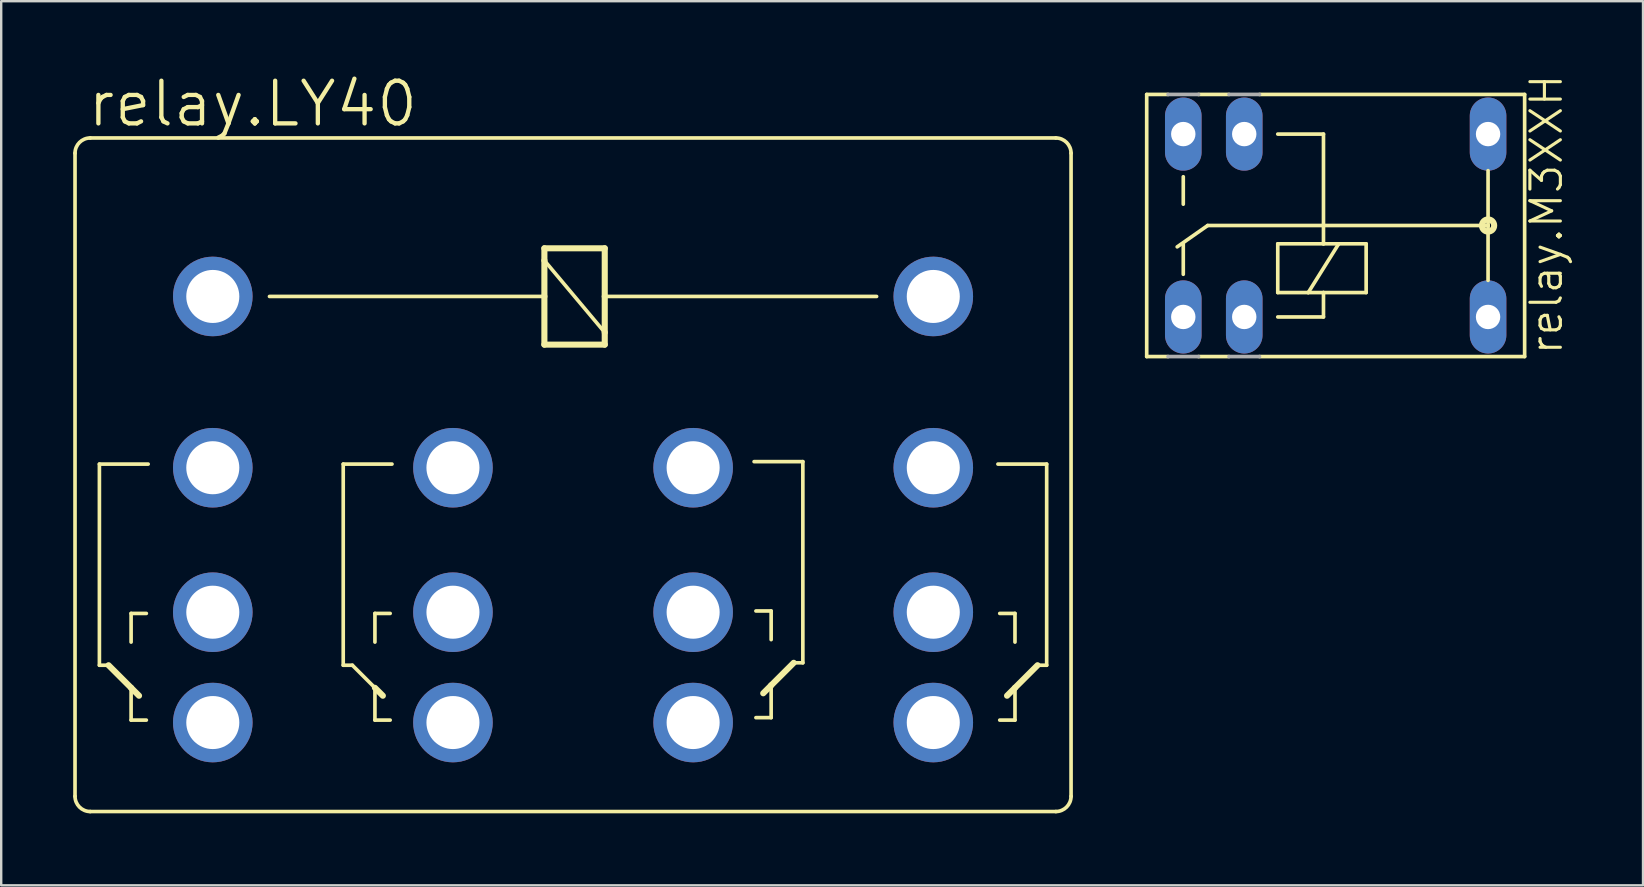
<source format=kicad_pcb>
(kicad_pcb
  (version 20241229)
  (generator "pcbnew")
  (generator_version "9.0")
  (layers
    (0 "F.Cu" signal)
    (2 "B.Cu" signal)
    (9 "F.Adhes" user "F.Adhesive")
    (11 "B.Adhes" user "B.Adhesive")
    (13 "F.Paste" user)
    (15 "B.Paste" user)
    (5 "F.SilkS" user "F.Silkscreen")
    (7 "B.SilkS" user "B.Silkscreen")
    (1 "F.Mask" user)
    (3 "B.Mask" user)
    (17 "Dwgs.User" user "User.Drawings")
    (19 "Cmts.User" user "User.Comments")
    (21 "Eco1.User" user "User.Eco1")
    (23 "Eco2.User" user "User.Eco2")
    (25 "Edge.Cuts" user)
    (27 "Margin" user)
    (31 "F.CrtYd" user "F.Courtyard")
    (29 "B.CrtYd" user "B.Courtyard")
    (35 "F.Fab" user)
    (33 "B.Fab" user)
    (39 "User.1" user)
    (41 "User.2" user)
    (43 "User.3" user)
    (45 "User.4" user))
  (footprint "relay.M3XXH"
    (layer "F.Cu")
    (at 52.606 6.347)
    (property "Reference" "relay.M3XXH" (at 9.525 5.461 90) (layer "F.SilkS") (effects (font (size 1.27 1.27) (thickness 0.13)) (justify left bottom)))
    (attr through_hole)
    (fp_line (start -7.874 -5.461) (end -7.874 5.461) (stroke (width 0.152) (type default)) (layer "F.SilkS"))
    (fp_line (start -7.874 -5.461) (end -6.985 -5.461) (stroke (width 0.152) (type default)) (layer "F.SilkS"))
    (fp_line (start -6.985 5.461) (end -7.874 5.461) (stroke (width 0.152) (type default)) (layer "F.SilkS"))
    (fp_line (start -6.35 -2.032) (end -6.35 -0.889) (stroke (width 0.152) (type default)) (layer "F.SilkS"))
    (fp_line (start -6.35 2.032) (end -6.35 0.762) (stroke (width 0.152) (type default)) (layer "F.SilkS"))
    (fp_line (start -5.715 -5.461) (end -4.445 -5.461) (stroke (width 0.152) (type default)) (layer "F.SilkS"))
    (fp_line (start -5.334 0) (end -6.604 0.889) (stroke (width 0.152) (type default)) (layer "F.SilkS"))
    (fp_line (start -5.334 0) (end 6.35 0) (stroke (width 0.152) (type default)) (layer "F.SilkS"))
    (fp_line (start -4.445 5.461) (end -5.715 5.461) (stroke (width 0.152) (type default)) (layer "F.SilkS"))
    (fp_line (start -3.175 -5.461) (end 7.874 -5.461) (stroke (width 0.152) (type default)) (layer "F.SilkS"))
    (fp_line (start -2.413 -3.81) (end -0.508 -3.81) (stroke (width 0.152) (type default)) (layer "F.SilkS"))
    (fp_line (start -2.413 0.762) (end -2.413 2.794) (stroke (width 0.152) (type default)) (layer "F.SilkS"))
    (fp_line (start -2.413 2.794) (end -1.143 2.794) (stroke (width 0.152) (type default)) (layer "F.SilkS"))
    (fp_line (start -1.143 2.794) (end -0.508 2.794) (stroke (width 0.152) (type default)) (layer "F.SilkS"))
    (fp_line (start -0.508 0.762) (end -2.413 0.762) (stroke (width 0.152) (type default)) (layer "F.SilkS"))
    (fp_line (start -0.508 0.762) (end -0.508 -3.81) (stroke (width 0.152) (type default)) (layer "F.SilkS"))
    (fp_line (start -0.508 2.794) (end -0.508 3.81) (stroke (width 0.152) (type default)) (layer "F.SilkS"))
    (fp_line (start -0.508 2.794) (end 1.27 2.794) (stroke (width 0.152) (type default)) (layer "F.SilkS"))
    (fp_line (start -0.508 3.81) (end -2.413 3.81) (stroke (width 0.152) (type default)) (layer "F.SilkS"))
    (fp_line (start 0.127 0.762) (end -1.143 2.794) (stroke (width 0.152) (type default)) (layer "F.SilkS"))
    (fp_line (start 0.127 0.762) (end -0.508 0.762) (stroke (width 0.152) (type default)) (layer "F.SilkS"))
    (fp_line (start 1.27 0.762) (end 0.127 0.762) (stroke (width 0.152) (type default)) (layer "F.SilkS"))
    (fp_line (start 1.27 2.794) (end 1.27 0.762) (stroke (width 0.152) (type default)) (layer "F.SilkS"))
    (fp_line (start 6.35 0) (end 6.35 -2.286) (stroke (width 0.152) (type default)) (layer "F.SilkS"))
    (fp_line (start 6.35 2.286) (end 6.35 0) (stroke (width 0.152) (type default)) (layer "F.SilkS"))
    (fp_line (start 7.874 5.461) (end -3.175 5.461) (stroke (width 0.152) (type default)) (layer "F.SilkS"))
    (fp_line (start 7.874 5.461) (end 7.874 -5.461) (stroke (width 0.152) (type default)) (layer "F.SilkS"))
    (fp_circle (center 6.35 0) (end 6.604 0) (stroke (width 0.254) (type default)) (fill no) (layer "F.SilkS"))
    (fp_line (start -6.985 -5.461) (end -5.715 -5.461) (stroke (width 0.152) (type default)) (layer "F.Fab"))
    (fp_line (start -5.715 5.461) (end -6.985 5.461) (stroke (width 0.152) (type default)) (layer "F.Fab"))
    (fp_line (start -4.445 -5.461) (end -3.175 -5.461) (stroke (width 0.152) (type default)) (layer "F.Fab"))
    (fp_line (start -3.175 5.461) (end -4.445 5.461) (stroke (width 0.152) (type default)) (layer "F.Fab"))
    (pad "1" thru_hole oval (at -3.81 -3.81 90) (size 3.048 1.524) (drill 1.016) (layers "*.Cu" "*.Mask"))
    (pad "2" thru_hole oval (at -3.81 3.81 90) (size 3.048 1.524) (drill 1.016) (layers "*.Cu" "*.Mask"))
    (pad "O" thru_hole oval (at -6.35 3.81 90) (size 3.048 1.524) (drill 1.016) (layers "*.Cu" "*.Mask"))
    (pad "P" thru_hole oval (at 6.35 3.81 90) (size 3.048 1.524) (drill 1.016) (layers "*.Cu" "*.Mask"))
    (pad "P@" thru_hole oval (at 6.35 -3.81 90) (size 3.048 1.524) (drill 1.016) (layers "*.Cu" "*.Mask"))
    (pad "S" thru_hole oval (at -6.35 -3.81 90) (size 3.048 1.524) (drill 1.016) (layers "*.Cu" "*.Mask")))
  (footprint "relay.LY40"
    (layer "F.Cu")
    (at 20.828 9.303)
    (property "Reference" "relay.LY40" (at -20.32 -6.985 0) (layer "F.SilkS") (effects (font (size 1.778 1.778) (thickness 0.18)) (justify left bottom)))
    (attr through_hole)
    (fp_line (start -20.752 20.828) (end -20.752 -5.969) (stroke (width 0.152) (type default)) (layer "F.SilkS"))
    (fp_line (start -20.117 -6.604) (end 20.117 -6.604) (stroke (width 0.152) (type default)) (layer "F.SilkS"))
    (fp_line (start -19.736 6.985) (end -17.704 6.985) (stroke (width 0.152) (type default)) (layer "F.SilkS"))
    (fp_line (start -19.736 15.367) (end -19.736 6.985) (stroke (width 0.152) (type default)) (layer "F.SilkS"))
    (fp_line (start -19.736 15.367) (end -19.355 15.367) (stroke (width 0.152) (type default)) (layer "F.SilkS"))
    (fp_line (start -18.415 13.208) (end -17.78 13.208) (stroke (width 0.152) (type default)) (layer "F.SilkS"))
    (fp_line (start -18.415 14.402) (end -18.415 13.208) (stroke (width 0.152) (type default)) (layer "F.SilkS"))
    (fp_line (start -18.415 16.307) (end -19.355 15.367) (stroke (width 0.254) (type default)) (layer "F.SilkS"))
    (fp_line (start -18.415 16.307) (end -18.415 17.653) (stroke (width 0.152) (type default)) (layer "F.SilkS"))
    (fp_line (start -18.415 17.653) (end -17.78 17.653) (stroke (width 0.152) (type default)) (layer "F.SilkS"))
    (fp_line (start -18.085 16.637) (end -18.415 16.307) (stroke (width 0.254) (type default)) (layer "F.SilkS"))
    (fp_line (start -12.649 0) (end -1.194 0) (stroke (width 0.152) (type default)) (layer "F.SilkS"))
    (fp_line (start -9.576 6.985) (end -7.544 6.985) (stroke (width 0.152) (type default)) (layer "F.SilkS"))
    (fp_line (start -9.576 15.367) (end -9.576 6.985) (stroke (width 0.152) (type default)) (layer "F.SilkS"))
    (fp_line (start -9.576 15.367) (end -9.195 15.367) (stroke (width 0.152) (type default)) (layer "F.SilkS"))
    (fp_line (start -8.255 13.208) (end -7.62 13.208) (stroke (width 0.152) (type default)) (layer "F.SilkS"))
    (fp_line (start -8.255 14.402) (end -8.255 13.208) (stroke (width 0.152) (type default)) (layer "F.SilkS"))
    (fp_line (start -8.255 16.307) (end -9.195 15.367) (stroke (width 0.152) (type default)) (layer "F.SilkS"))
    (fp_line (start -8.255 16.307) (end -8.255 17.653) (stroke (width 0.152) (type default)) (layer "F.SilkS"))
    (fp_line (start -8.255 17.653) (end -7.62 17.653) (stroke (width 0.152) (type default)) (layer "F.SilkS"))
    (fp_line (start -7.925 16.637) (end -8.255 16.307) (stroke (width 0.254) (type default)) (layer "F.SilkS"))
    (fp_line (start -1.194 -2.007) (end 1.321 -2.007) (stroke (width 0.254) (type default)) (layer "F.SilkS"))
    (fp_line (start -1.194 -1.499) (end -1.194 -2.007) (stroke (width 0.254) (type default)) (layer "F.SilkS"))
    (fp_line (start -1.194 -1.499) (end 1.321 1.499) (stroke (width 0.152) (type default)) (layer "F.SilkS"))
    (fp_line (start -1.194 0) (end -1.194 -1.499) (stroke (width 0.254) (type default)) (layer "F.SilkS"))
    (fp_line (start -1.194 2.007) (end -1.194 0) (stroke (width 0.254) (type default)) (layer "F.SilkS"))
    (fp_line (start 1.321 -2.007) (end 1.321 0) (stroke (width 0.254) (type default)) (layer "F.SilkS"))
    (fp_line (start 1.321 0) (end 1.321 1.499) (stroke (width 0.254) (type default)) (layer "F.SilkS"))
    (fp_line (start 1.321 0) (end 12.649 0) (stroke (width 0.152) (type default)) (layer "F.SilkS"))
    (fp_line (start 1.321 1.499) (end 1.321 2.007) (stroke (width 0.254) (type default)) (layer "F.SilkS"))
    (fp_line (start 1.321 2.007) (end -1.194 2.007) (stroke (width 0.254) (type default)) (layer "F.SilkS"))
    (fp_line (start 7.925 16.535) (end 8.255 16.205) (stroke (width 0.254) (type default)) (layer "F.SilkS"))
    (fp_line (start 8.255 13.106) (end 7.62 13.106) (stroke (width 0.152) (type default)) (layer "F.SilkS"))
    (fp_line (start 8.255 14.3) (end 8.255 13.106) (stroke (width 0.152) (type default)) (layer "F.SilkS"))
    (fp_line (start 8.255 16.205) (end 8.255 17.551) (stroke (width 0.152) (type default)) (layer "F.SilkS"))
    (fp_line (start 8.255 16.205) (end 9.195 15.265) (stroke (width 0.254) (type default)) (layer "F.SilkS"))
    (fp_line (start 8.255 17.551) (end 7.62 17.551) (stroke (width 0.152) (type default)) (layer "F.SilkS"))
    (fp_line (start 9.576 6.883) (end 7.544 6.883) (stroke (width 0.152) (type default)) (layer "F.SilkS"))
    (fp_line (start 9.576 15.265) (end 9.195 15.265) (stroke (width 0.152) (type default)) (layer "F.SilkS"))
    (fp_line (start 9.576 15.265) (end 9.576 6.883) (stroke (width 0.152) (type default)) (layer "F.SilkS"))
    (fp_line (start 18.085 16.637) (end 18.415 16.307) (stroke (width 0.254) (type default)) (layer "F.SilkS"))
    (fp_line (start 18.415 13.208) (end 17.78 13.208) (stroke (width 0.152) (type default)) (layer "F.SilkS"))
    (fp_line (start 18.415 14.402) (end 18.415 13.208) (stroke (width 0.152) (type default)) (layer "F.SilkS"))
    (fp_line (start 18.415 16.307) (end 18.415 17.653) (stroke (width 0.152) (type default)) (layer "F.SilkS"))
    (fp_line (start 18.415 16.307) (end 19.355 15.367) (stroke (width 0.254) (type default)) (layer "F.SilkS"))
    (fp_line (start 18.415 17.653) (end 17.78 17.653) (stroke (width 0.152) (type default)) (layer "F.SilkS"))
    (fp_line (start 19.736 6.985) (end 17.704 6.985) (stroke (width 0.152) (type default)) (layer "F.SilkS"))
    (fp_line (start 19.736 15.367) (end 19.355 15.367) (stroke (width 0.152) (type default)) (layer "F.SilkS"))
    (fp_line (start 19.736 15.367) (end 19.736 6.985) (stroke (width 0.152) (type default)) (layer "F.SilkS"))
    (fp_line (start 20.117 21.463) (end -20.117 21.463) (stroke (width 0.152) (type default)) (layer "F.SilkS"))
    (fp_line (start 20.752 -5.969) (end 20.752 20.828) (stroke (width 0.152) (type default)) (layer "F.SilkS"))
    (fp_arc (start -20.7518 -5.969) (mid -20.565813 -6.418013) (end -20.1168 -6.604) (stroke (width 0.1524) (type default)) (layer "F.SilkS"))
    (fp_arc (start -20.1168 21.463) (mid -20.565813 21.277013) (end -20.7518 20.828) (stroke (width 0.1524) (type default)) (layer "F.SilkS"))
    (fp_arc (start 20.1168 -6.604) (mid 20.565813 -6.418013) (end 20.7518 -5.969) (stroke (width 0.1524) (type default)) (layer "F.SilkS"))
    (fp_arc (start 20.7518 20.828) (mid 20.565813 21.277013) (end 20.1168 21.463) (stroke (width 0.1524) (type default)) (layer "F.SilkS"))
    (pad "1" thru_hole circle (at -15.011 0) (size 3.315 3.315) (drill 2.21) (layers "*.Cu" "*.Mask"))
    (pad "2" thru_hole circle (at 15.011 0) (size 3.315 3.315) (drill 2.21) (layers "*.Cu" "*.Mask"))
    (pad "O1" thru_hole circle (at -15.011 17.755) (size 3.315 3.315) (drill 2.21) (layers "*.Cu" "*.Mask"))
    (pad "O2" thru_hole circle (at -5.004 17.755) (size 3.315 3.315) (drill 2.21) (layers "*.Cu" "*.Mask"))
    (pad "O3" thru_hole circle (at 5.004 17.755) (size 3.315 3.315) (drill 2.21) (layers "*.Cu" "*.Mask"))
    (pad "O4" thru_hole circle (at 15.011 17.755) (size 3.315 3.315) (drill 2.21) (layers "*.Cu" "*.Mask"))
    (pad "P1" thru_hole circle (at -15.011 7.137) (size 3.315 3.315) (drill 2.21) (layers "*.Cu" "*.Mask"))
    (pad "P2" thru_hole circle (at -5.004 7.137) (size 3.315 3.315) (drill 2.21) (layers "*.Cu" "*.Mask"))
    (pad "P3" thru_hole circle (at 5.004 7.137) (size 3.315 3.315) (drill 2.21) (layers "*.Cu" "*.Mask"))
    (pad "P4" thru_hole circle (at 15.011 7.137) (size 3.315 3.315) (drill 2.21) (layers "*.Cu" "*.Mask"))
    (pad "S1" thru_hole circle (at -15.011 13.157) (size 3.315 3.315) (drill 2.21) (layers "*.Cu" "*.Mask"))
    (pad "S2" thru_hole circle (at -5.004 13.157) (size 3.315 3.315) (drill 2.21) (layers "*.Cu" "*.Mask"))
    (pad "S3" thru_hole circle (at 5.004 13.157) (size 3.315 3.315) (drill 2.21) (layers "*.Cu" "*.Mask"))
    (pad "S4" thru_hole circle (at 15.011 13.157) (size 3.315 3.315) (drill 2.21) (layers "*.Cu" "*.Mask")))
  (gr_rect
    (start -3 -3)
    (end 65.413 33.842)
    (stroke (width 0.1) (type default))
    (fill no)
    (layer "Edge.Cuts")))
</source>
